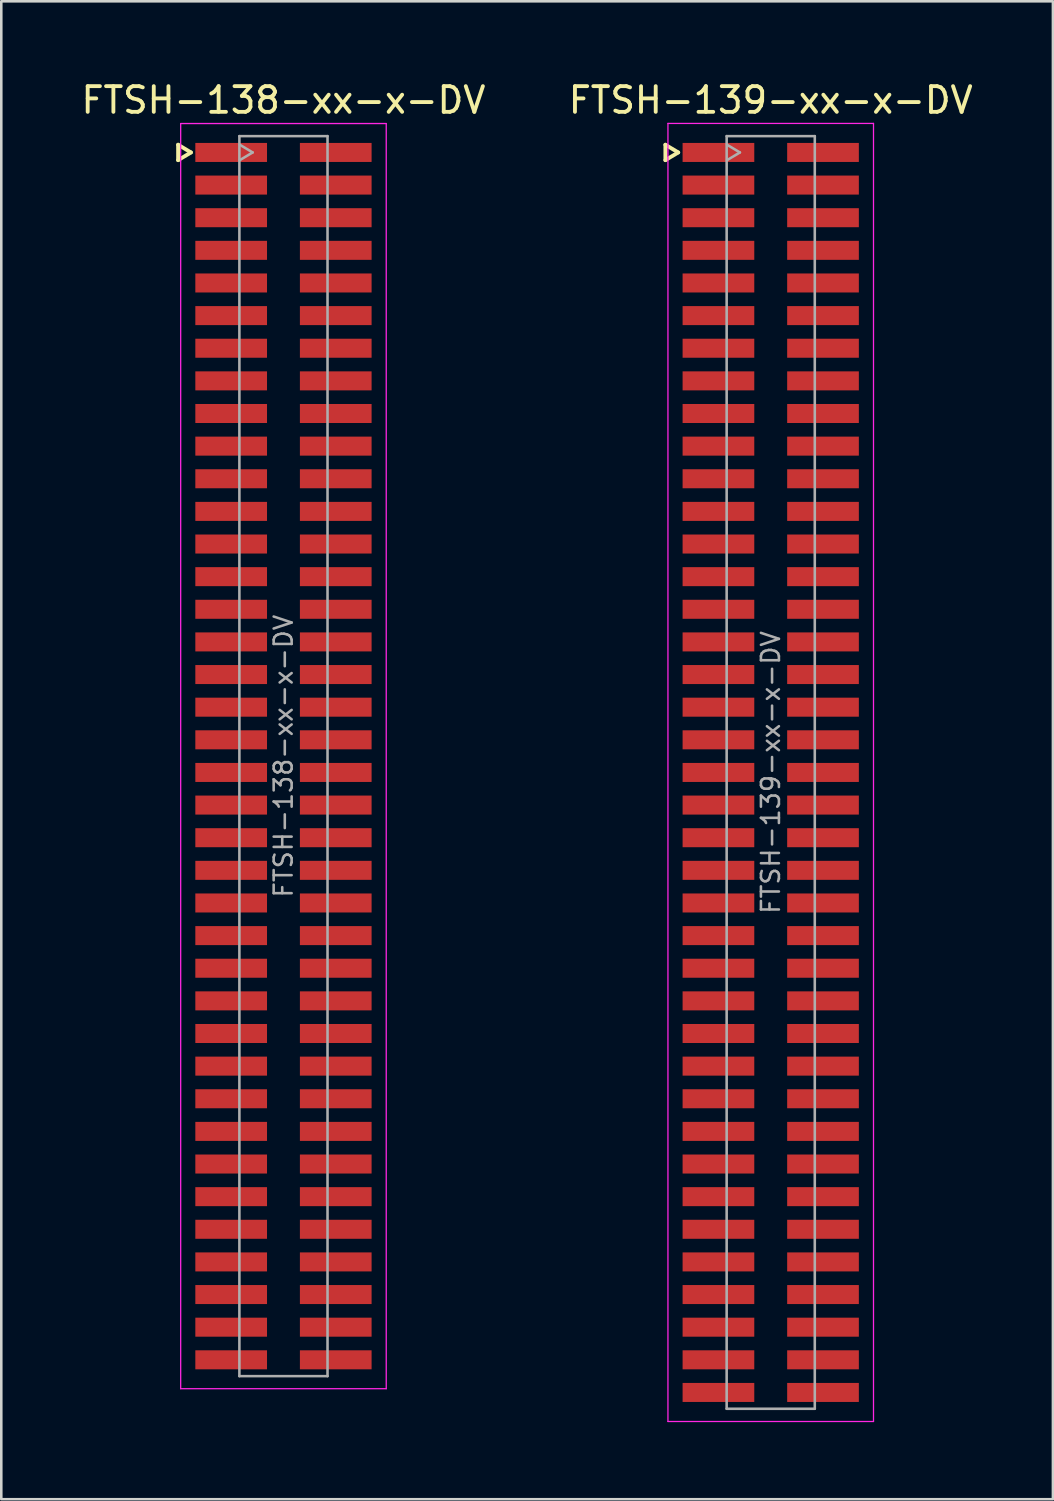
<source format=kicad_pcb>
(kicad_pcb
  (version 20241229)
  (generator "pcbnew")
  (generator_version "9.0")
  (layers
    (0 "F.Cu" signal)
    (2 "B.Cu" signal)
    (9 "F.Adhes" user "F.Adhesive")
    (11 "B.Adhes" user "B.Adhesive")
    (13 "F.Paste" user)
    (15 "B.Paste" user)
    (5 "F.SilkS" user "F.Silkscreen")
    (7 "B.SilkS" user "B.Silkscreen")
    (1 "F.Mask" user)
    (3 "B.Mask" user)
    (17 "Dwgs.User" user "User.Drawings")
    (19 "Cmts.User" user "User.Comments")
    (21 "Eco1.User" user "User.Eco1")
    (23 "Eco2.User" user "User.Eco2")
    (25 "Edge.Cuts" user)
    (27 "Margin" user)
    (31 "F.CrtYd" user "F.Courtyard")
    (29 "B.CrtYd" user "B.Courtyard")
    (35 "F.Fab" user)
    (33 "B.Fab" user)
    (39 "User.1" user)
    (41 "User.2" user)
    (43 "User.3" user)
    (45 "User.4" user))
  (footprint "FTSH-139-xx-x-DV"
    (layer "F.Cu")
    (at 26.946 27.013)
    (property "Reference" "FTSH-139-xx-x-DV" (at 0 -26.165 0) (layer "F.SilkS") (effects (font (size 1 1) (thickness 0.15))))
    (attr smd)
    (fp_line (start -4.1 -24.43) (end -4.1 -23.83) (stroke (width 0.15) (type solid)) (layer "F.SilkS"))
    (fp_line (start -4.1 -23.83) (end -3.6 -24.13) (stroke (width 0.15) (type solid)) (layer "F.SilkS"))
    (fp_line (start -3.6 -24.13) (end -4.1 -24.43) (stroke (width 0.15) (type solid)) (layer "F.SilkS"))
    (fp_line (start -4 -25.26) (end 4 -25.26) (stroke (width 0.05) (type solid)) (layer "F.CrtYd"))
    (fp_line (start -4 25.26) (end -4 -25.26) (stroke (width 0.05) (type solid)) (layer "F.CrtYd"))
    (fp_line (start 4 -25.26) (end 4 25.26) (stroke (width 0.05) (type solid)) (layer "F.CrtYd"))
    (fp_line (start 4 25.26) (end -4 25.26) (stroke (width 0.05) (type solid)) (layer "F.CrtYd"))
    (fp_line (start -1.715 -24.765) (end -1.715 24.765) (stroke (width 0.1) (type solid)) (layer "F.Fab"))
    (fp_line (start -1.715 -24.765) (end 1.715 -24.765) (stroke (width 0.1) (type solid)) (layer "F.Fab"))
    (fp_line (start -1.715 24.765) (end 1.715 24.765) (stroke (width 0.1) (type solid)) (layer "F.Fab"))
    (fp_line (start -1.7 -23.83) (end -1.2 -24.13) (stroke (width 0.1) (type solid)) (layer "F.Fab"))
    (fp_line (start -1.2 -24.13) (end -1.7 -24.43) (stroke (width 0.1) (type solid)) (layer "F.Fab"))
    (fp_line (start 1.715 -24.765) (end 1.715 24.765) (stroke (width 0.1) (type solid)) (layer "F.Fab"))
    (fp_text user "${REFERENCE}" (at 0 0 270) (layer "F.Fab") (effects (font (size 0.7 0.7) (thickness 0.1))))
    (pad "1" smd rect (at -2.035 -24.13) (size 2.79 0.74) (layers "F.Cu" "F.Mask" "F.Paste"))
    (pad "2" smd rect (at 2.035 -24.13) (size 2.79 0.74) (layers "F.Cu" "F.Mask" "F.Paste"))
    (pad "3" smd rect (at -2.035 -22.86) (size 2.79 0.74) (layers "F.Cu" "F.Mask" "F.Paste"))
    (pad "4" smd rect (at 2.035 -22.86) (size 2.79 0.74) (layers "F.Cu" "F.Mask" "F.Paste"))
    (pad "5" smd rect (at -2.035 -21.59) (size 2.79 0.74) (layers "F.Cu" "F.Mask" "F.Paste"))
    (pad "6" smd rect (at 2.035 -21.59) (size 2.79 0.74) (layers "F.Cu" "F.Mask" "F.Paste"))
    (pad "7" smd rect (at -2.035 -20.32) (size 2.79 0.74) (layers "F.Cu" "F.Mask" "F.Paste"))
    (pad "8" smd rect (at 2.035 -20.32) (size 2.79 0.74) (layers "F.Cu" "F.Mask" "F.Paste"))
    (pad "9" smd rect (at -2.035 -19.05) (size 2.79 0.74) (layers "F.Cu" "F.Mask" "F.Paste"))
    (pad "10" smd rect (at 2.035 -19.05) (size 2.79 0.74) (layers "F.Cu" "F.Mask" "F.Paste"))
    (pad "11" smd rect (at -2.035 -17.78) (size 2.79 0.74) (layers "F.Cu" "F.Mask" "F.Paste"))
    (pad "12" smd rect (at 2.035 -17.78) (size 2.79 0.74) (layers "F.Cu" "F.Mask" "F.Paste"))
    (pad "13" smd rect (at -2.035 -16.51) (size 2.79 0.74) (layers "F.Cu" "F.Mask" "F.Paste"))
    (pad "14" smd rect (at 2.035 -16.51) (size 2.79 0.74) (layers "F.Cu" "F.Mask" "F.Paste"))
    (pad "15" smd rect (at -2.035 -15.24) (size 2.79 0.74) (layers "F.Cu" "F.Mask" "F.Paste"))
    (pad "16" smd rect (at 2.035 -15.24) (size 2.79 0.74) (layers "F.Cu" "F.Mask" "F.Paste"))
    (pad "17" smd rect (at -2.035 -13.97) (size 2.79 0.74) (layers "F.Cu" "F.Mask" "F.Paste"))
    (pad "18" smd rect (at 2.035 -13.97) (size 2.79 0.74) (layers "F.Cu" "F.Mask" "F.Paste"))
    (pad "19" smd rect (at -2.035 -12.7) (size 2.79 0.74) (layers "F.Cu" "F.Mask" "F.Paste"))
    (pad "20" smd rect (at 2.035 -12.7) (size 2.79 0.74) (layers "F.Cu" "F.Mask" "F.Paste"))
    (pad "21" smd rect (at -2.035 -11.43) (size 2.79 0.74) (layers "F.Cu" "F.Mask" "F.Paste"))
    (pad "22" smd rect (at 2.035 -11.43) (size 2.79 0.74) (layers "F.Cu" "F.Mask" "F.Paste"))
    (pad "23" smd rect (at -2.035 -10.16) (size 2.79 0.74) (layers "F.Cu" "F.Mask" "F.Paste"))
    (pad "24" smd rect (at 2.035 -10.16) (size 2.79 0.74) (layers "F.Cu" "F.Mask" "F.Paste"))
    (pad "25" smd rect (at -2.035 -8.89) (size 2.79 0.74) (layers "F.Cu" "F.Mask" "F.Paste"))
    (pad "26" smd rect (at 2.035 -8.89) (size 2.79 0.74) (layers "F.Cu" "F.Mask" "F.Paste"))
    (pad "27" smd rect (at -2.035 -7.62) (size 2.79 0.74) (layers "F.Cu" "F.Mask" "F.Paste"))
    (pad "28" smd rect (at 2.035 -7.62) (size 2.79 0.74) (layers "F.Cu" "F.Mask" "F.Paste"))
    (pad "29" smd rect (at -2.035 -6.35) (size 2.79 0.74) (layers "F.Cu" "F.Mask" "F.Paste"))
    (pad "30" smd rect (at 2.035 -6.35) (size 2.79 0.74) (layers "F.Cu" "F.Mask" "F.Paste"))
    (pad "31" smd rect (at -2.035 -5.08) (size 2.79 0.74) (layers "F.Cu" "F.Mask" "F.Paste"))
    (pad "32" smd rect (at 2.035 -5.08) (size 2.79 0.74) (layers "F.Cu" "F.Mask" "F.Paste"))
    (pad "33" smd rect (at -2.035 -3.81) (size 2.79 0.74) (layers "F.Cu" "F.Mask" "F.Paste"))
    (pad "34" smd rect (at 2.035 -3.81) (size 2.79 0.74) (layers "F.Cu" "F.Mask" "F.Paste"))
    (pad "35" smd rect (at -2.035 -2.54) (size 2.79 0.74) (layers "F.Cu" "F.Mask" "F.Paste"))
    (pad "36" smd rect (at 2.035 -2.54) (size 2.79 0.74) (layers "F.Cu" "F.Mask" "F.Paste"))
    (pad "37" smd rect (at -2.035 -1.27) (size 2.79 0.74) (layers "F.Cu" "F.Mask" "F.Paste"))
    (pad "38" smd rect (at 2.035 -1.27) (size 2.79 0.74) (layers "F.Cu" "F.Mask" "F.Paste"))
    (pad "39" smd rect (at -2.035 0) (size 2.79 0.74) (layers "F.Cu" "F.Mask" "F.Paste"))
    (pad "40" smd rect (at 2.035 0) (size 2.79 0.74) (layers "F.Cu" "F.Mask" "F.Paste"))
    (pad "41" smd rect (at -2.035 1.27) (size 2.79 0.74) (layers "F.Cu" "F.Mask" "F.Paste"))
    (pad "42" smd rect (at 2.035 1.27) (size 2.79 0.74) (layers "F.Cu" "F.Mask" "F.Paste"))
    (pad "43" smd rect (at -2.035 2.54) (size 2.79 0.74) (layers "F.Cu" "F.Mask" "F.Paste"))
    (pad "44" smd rect (at 2.035 2.54) (size 2.79 0.74) (layers "F.Cu" "F.Mask" "F.Paste"))
    (pad "45" smd rect (at -2.035 3.81) (size 2.79 0.74) (layers "F.Cu" "F.Mask" "F.Paste"))
    (pad "46" smd rect (at 2.035 3.81) (size 2.79 0.74) (layers "F.Cu" "F.Mask" "F.Paste"))
    (pad "47" smd rect (at -2.035 5.08) (size 2.79 0.74) (layers "F.Cu" "F.Mask" "F.Paste"))
    (pad "48" smd rect (at 2.035 5.08) (size 2.79 0.74) (layers "F.Cu" "F.Mask" "F.Paste"))
    (pad "49" smd rect (at -2.035 6.35) (size 2.79 0.74) (layers "F.Cu" "F.Mask" "F.Paste"))
    (pad "50" smd rect (at 2.035 6.35) (size 2.79 0.74) (layers "F.Cu" "F.Mask" "F.Paste"))
    (pad "51" smd rect (at -2.035 7.62) (size 2.79 0.74) (layers "F.Cu" "F.Mask" "F.Paste"))
    (pad "52" smd rect (at 2.035 7.62) (size 2.79 0.74) (layers "F.Cu" "F.Mask" "F.Paste"))
    (pad "53" smd rect (at -2.035 8.89) (size 2.79 0.74) (layers "F.Cu" "F.Mask" "F.Paste"))
    (pad "54" smd rect (at 2.035 8.89) (size 2.79 0.74) (layers "F.Cu" "F.Mask" "F.Paste"))
    (pad "55" smd rect (at -2.035 10.16) (size 2.79 0.74) (layers "F.Cu" "F.Mask" "F.Paste"))
    (pad "56" smd rect (at 2.035 10.16) (size 2.79 0.74) (layers "F.Cu" "F.Mask" "F.Paste"))
    (pad "57" smd rect (at -2.035 11.43) (size 2.79 0.74) (layers "F.Cu" "F.Mask" "F.Paste"))
    (pad "58" smd rect (at 2.035 11.43) (size 2.79 0.74) (layers "F.Cu" "F.Mask" "F.Paste"))
    (pad "59" smd rect (at -2.035 12.7) (size 2.79 0.74) (layers "F.Cu" "F.Mask" "F.Paste"))
    (pad "60" smd rect (at 2.035 12.7) (size 2.79 0.74) (layers "F.Cu" "F.Mask" "F.Paste"))
    (pad "61" smd rect (at -2.035 13.97) (size 2.79 0.74) (layers "F.Cu" "F.Mask" "F.Paste"))
    (pad "62" smd rect (at 2.035 13.97) (size 2.79 0.74) (layers "F.Cu" "F.Mask" "F.Paste"))
    (pad "63" smd rect (at -2.035 15.24) (size 2.79 0.74) (layers "F.Cu" "F.Mask" "F.Paste"))
    (pad "64" smd rect (at 2.035 15.24) (size 2.79 0.74) (layers "F.Cu" "F.Mask" "F.Paste"))
    (pad "65" smd rect (at -2.035 16.51) (size 2.79 0.74) (layers "F.Cu" "F.Mask" "F.Paste"))
    (pad "66" smd rect (at 2.035 16.51) (size 2.79 0.74) (layers "F.Cu" "F.Mask" "F.Paste"))
    (pad "67" smd rect (at -2.035 17.78) (size 2.79 0.74) (layers "F.Cu" "F.Mask" "F.Paste"))
    (pad "68" smd rect (at 2.035 17.78) (size 2.79 0.74) (layers "F.Cu" "F.Mask" "F.Paste"))
    (pad "69" smd rect (at -2.035 19.05) (size 2.79 0.74) (layers "F.Cu" "F.Mask" "F.Paste"))
    (pad "70" smd rect (at 2.035 19.05) (size 2.79 0.74) (layers "F.Cu" "F.Mask" "F.Paste"))
    (pad "71" smd rect (at -2.035 20.32) (size 2.79 0.74) (layers "F.Cu" "F.Mask" "F.Paste"))
    (pad "72" smd rect (at 2.035 20.32) (size 2.79 0.74) (layers "F.Cu" "F.Mask" "F.Paste"))
    (pad "73" smd rect (at -2.035 21.59) (size 2.79 0.74) (layers "F.Cu" "F.Mask" "F.Paste"))
    (pad "74" smd rect (at 2.035 21.59) (size 2.79 0.74) (layers "F.Cu" "F.Mask" "F.Paste"))
    (pad "75" smd rect (at -2.035 22.86) (size 2.79 0.74) (layers "F.Cu" "F.Mask" "F.Paste"))
    (pad "76" smd rect (at 2.035 22.86) (size 2.79 0.74) (layers "F.Cu" "F.Mask" "F.Paste"))
    (pad "77" smd rect (at -2.035 24.13) (size 2.79 0.74) (layers "F.Cu" "F.Mask" "F.Paste"))
    (pad "78" smd rect (at 2.035 24.13) (size 2.79 0.74) (layers "F.Cu" "F.Mask" "F.Paste")))
  (footprint "FTSH-138-xx-x-DV"
    (layer "F.Cu")
    (at 7.982 26.378)
    (property "Reference" "FTSH-138-xx-x-DV" (at 0 -25.53 0) (layer "F.SilkS") (effects (font (size 1 1) (thickness 0.15))))
    (attr smd)
    (fp_line (start -4.1 -23.795) (end -4.1 -23.195) (stroke (width 0.15) (type solid)) (layer "F.SilkS"))
    (fp_line (start -4.1 -23.195) (end -3.6 -23.495) (stroke (width 0.15) (type solid)) (layer "F.SilkS"))
    (fp_line (start -3.6 -23.495) (end -4.1 -23.795) (stroke (width 0.15) (type solid)) (layer "F.SilkS"))
    (fp_line (start -4 -24.62) (end 4 -24.62) (stroke (width 0.05) (type solid)) (layer "F.CrtYd"))
    (fp_line (start -4 24.62) (end -4 -24.62) (stroke (width 0.05) (type solid)) (layer "F.CrtYd"))
    (fp_line (start 4 -24.62) (end 4 24.62) (stroke (width 0.05) (type solid)) (layer "F.CrtYd"))
    (fp_line (start 4 24.62) (end -4 24.62) (stroke (width 0.05) (type solid)) (layer "F.CrtYd"))
    (fp_line (start -1.715 -24.13) (end -1.715 24.13) (stroke (width 0.1) (type solid)) (layer "F.Fab"))
    (fp_line (start -1.715 -24.13) (end 1.715 -24.13) (stroke (width 0.1) (type solid)) (layer "F.Fab"))
    (fp_line (start -1.715 24.13) (end 1.715 24.13) (stroke (width 0.1) (type solid)) (layer "F.Fab"))
    (fp_line (start -1.7 -23.195) (end -1.2 -23.495) (stroke (width 0.1) (type solid)) (layer "F.Fab"))
    (fp_line (start -1.2 -23.495) (end -1.7 -23.795) (stroke (width 0.1) (type solid)) (layer "F.Fab"))
    (fp_line (start 1.715 -24.13) (end 1.715 24.13) (stroke (width 0.1) (type solid)) (layer "F.Fab"))
    (fp_text user "${REFERENCE}" (at 0 0 270) (layer "F.Fab") (effects (font (size 0.7 0.7) (thickness 0.1))))
    (pad "1" smd rect (at -2.035 -23.495) (size 2.79 0.74) (layers "F.Cu" "F.Mask" "F.Paste"))
    (pad "2" smd rect (at 2.035 -23.495) (size 2.79 0.74) (layers "F.Cu" "F.Mask" "F.Paste"))
    (pad "3" smd rect (at -2.035 -22.225) (size 2.79 0.74) (layers "F.Cu" "F.Mask" "F.Paste"))
    (pad "4" smd rect (at 2.035 -22.225) (size 2.79 0.74) (layers "F.Cu" "F.Mask" "F.Paste"))
    (pad "5" smd rect (at -2.035 -20.955) (size 2.79 0.74) (layers "F.Cu" "F.Mask" "F.Paste"))
    (pad "6" smd rect (at 2.035 -20.955) (size 2.79 0.74) (layers "F.Cu" "F.Mask" "F.Paste"))
    (pad "7" smd rect (at -2.035 -19.685) (size 2.79 0.74) (layers "F.Cu" "F.Mask" "F.Paste"))
    (pad "8" smd rect (at 2.035 -19.685) (size 2.79 0.74) (layers "F.Cu" "F.Mask" "F.Paste"))
    (pad "9" smd rect (at -2.035 -18.415) (size 2.79 0.74) (layers "F.Cu" "F.Mask" "F.Paste"))
    (pad "10" smd rect (at 2.035 -18.415) (size 2.79 0.74) (layers "F.Cu" "F.Mask" "F.Paste"))
    (pad "11" smd rect (at -2.035 -17.145) (size 2.79 0.74) (layers "F.Cu" "F.Mask" "F.Paste"))
    (pad "12" smd rect (at 2.035 -17.145) (size 2.79 0.74) (layers "F.Cu" "F.Mask" "F.Paste"))
    (pad "13" smd rect (at -2.035 -15.875) (size 2.79 0.74) (layers "F.Cu" "F.Mask" "F.Paste"))
    (pad "14" smd rect (at 2.035 -15.875) (size 2.79 0.74) (layers "F.Cu" "F.Mask" "F.Paste"))
    (pad "15" smd rect (at -2.035 -14.605) (size 2.79 0.74) (layers "F.Cu" "F.Mask" "F.Paste"))
    (pad "16" smd rect (at 2.035 -14.605) (size 2.79 0.74) (layers "F.Cu" "F.Mask" "F.Paste"))
    (pad "17" smd rect (at -2.035 -13.335) (size 2.79 0.74) (layers "F.Cu" "F.Mask" "F.Paste"))
    (pad "18" smd rect (at 2.035 -13.335) (size 2.79 0.74) (layers "F.Cu" "F.Mask" "F.Paste"))
    (pad "19" smd rect (at -2.035 -12.065) (size 2.79 0.74) (layers "F.Cu" "F.Mask" "F.Paste"))
    (pad "20" smd rect (at 2.035 -12.065) (size 2.79 0.74) (layers "F.Cu" "F.Mask" "F.Paste"))
    (pad "21" smd rect (at -2.035 -10.795) (size 2.79 0.74) (layers "F.Cu" "F.Mask" "F.Paste"))
    (pad "22" smd rect (at 2.035 -10.795) (size 2.79 0.74) (layers "F.Cu" "F.Mask" "F.Paste"))
    (pad "23" smd rect (at -2.035 -9.525) (size 2.79 0.74) (layers "F.Cu" "F.Mask" "F.Paste"))
    (pad "24" smd rect (at 2.035 -9.525) (size 2.79 0.74) (layers "F.Cu" "F.Mask" "F.Paste"))
    (pad "25" smd rect (at -2.035 -8.255) (size 2.79 0.74) (layers "F.Cu" "F.Mask" "F.Paste"))
    (pad "26" smd rect (at 2.035 -8.255) (size 2.79 0.74) (layers "F.Cu" "F.Mask" "F.Paste"))
    (pad "27" smd rect (at -2.035 -6.985) (size 2.79 0.74) (layers "F.Cu" "F.Mask" "F.Paste"))
    (pad "28" smd rect (at 2.035 -6.985) (size 2.79 0.74) (layers "F.Cu" "F.Mask" "F.Paste"))
    (pad "29" smd rect (at -2.035 -5.715) (size 2.79 0.74) (layers "F.Cu" "F.Mask" "F.Paste"))
    (pad "30" smd rect (at 2.035 -5.715) (size 2.79 0.74) (layers "F.Cu" "F.Mask" "F.Paste"))
    (pad "31" smd rect (at -2.035 -4.445) (size 2.79 0.74) (layers "F.Cu" "F.Mask" "F.Paste"))
    (pad "32" smd rect (at 2.035 -4.445) (size 2.79 0.74) (layers "F.Cu" "F.Mask" "F.Paste"))
    (pad "33" smd rect (at -2.035 -3.175) (size 2.79 0.74) (layers "F.Cu" "F.Mask" "F.Paste"))
    (pad "34" smd rect (at 2.035 -3.175) (size 2.79 0.74) (layers "F.Cu" "F.Mask" "F.Paste"))
    (pad "35" smd rect (at -2.035 -1.905) (size 2.79 0.74) (layers "F.Cu" "F.Mask" "F.Paste"))
    (pad "36" smd rect (at 2.035 -1.905) (size 2.79 0.74) (layers "F.Cu" "F.Mask" "F.Paste"))
    (pad "37" smd rect (at -2.035 -0.635) (size 2.79 0.74) (layers "F.Cu" "F.Mask" "F.Paste"))
    (pad "38" smd rect (at 2.035 -0.635) (size 2.79 0.74) (layers "F.Cu" "F.Mask" "F.Paste"))
    (pad "39" smd rect (at -2.035 0.635) (size 2.79 0.74) (layers "F.Cu" "F.Mask" "F.Paste"))
    (pad "40" smd rect (at 2.035 0.635) (size 2.79 0.74) (layers "F.Cu" "F.Mask" "F.Paste"))
    (pad "41" smd rect (at -2.035 1.905) (size 2.79 0.74) (layers "F.Cu" "F.Mask" "F.Paste"))
    (pad "42" smd rect (at 2.035 1.905) (size 2.79 0.74) (layers "F.Cu" "F.Mask" "F.Paste"))
    (pad "43" smd rect (at -2.035 3.175) (size 2.79 0.74) (layers "F.Cu" "F.Mask" "F.Paste"))
    (pad "44" smd rect (at 2.035 3.175) (size 2.79 0.74) (layers "F.Cu" "F.Mask" "F.Paste"))
    (pad "45" smd rect (at -2.035 4.445) (size 2.79 0.74) (layers "F.Cu" "F.Mask" "F.Paste"))
    (pad "46" smd rect (at 2.035 4.445) (size 2.79 0.74) (layers "F.Cu" "F.Mask" "F.Paste"))
    (pad "47" smd rect (at -2.035 5.715) (size 2.79 0.74) (layers "F.Cu" "F.Mask" "F.Paste"))
    (pad "48" smd rect (at 2.035 5.715) (size 2.79 0.74) (layers "F.Cu" "F.Mask" "F.Paste"))
    (pad "49" smd rect (at -2.035 6.985) (size 2.79 0.74) (layers "F.Cu" "F.Mask" "F.Paste"))
    (pad "50" smd rect (at 2.035 6.985) (size 2.79 0.74) (layers "F.Cu" "F.Mask" "F.Paste"))
    (pad "51" smd rect (at -2.035 8.255) (size 2.79 0.74) (layers "F.Cu" "F.Mask" "F.Paste"))
    (pad "52" smd rect (at 2.035 8.255) (size 2.79 0.74) (layers "F.Cu" "F.Mask" "F.Paste"))
    (pad "53" smd rect (at -2.035 9.525) (size 2.79 0.74) (layers "F.Cu" "F.Mask" "F.Paste"))
    (pad "54" smd rect (at 2.035 9.525) (size 2.79 0.74) (layers "F.Cu" "F.Mask" "F.Paste"))
    (pad "55" smd rect (at -2.035 10.795) (size 2.79 0.74) (layers "F.Cu" "F.Mask" "F.Paste"))
    (pad "56" smd rect (at 2.035 10.795) (size 2.79 0.74) (layers "F.Cu" "F.Mask" "F.Paste"))
    (pad "57" smd rect (at -2.035 12.065) (size 2.79 0.74) (layers "F.Cu" "F.Mask" "F.Paste"))
    (pad "58" smd rect (at 2.035 12.065) (size 2.79 0.74) (layers "F.Cu" "F.Mask" "F.Paste"))
    (pad "59" smd rect (at -2.035 13.335) (size 2.79 0.74) (layers "F.Cu" "F.Mask" "F.Paste"))
    (pad "60" smd rect (at 2.035 13.335) (size 2.79 0.74) (layers "F.Cu" "F.Mask" "F.Paste"))
    (pad "61" smd rect (at -2.035 14.605) (size 2.79 0.74) (layers "F.Cu" "F.Mask" "F.Paste"))
    (pad "62" smd rect (at 2.035 14.605) (size 2.79 0.74) (layers "F.Cu" "F.Mask" "F.Paste"))
    (pad "63" smd rect (at -2.035 15.875) (size 2.79 0.74) (layers "F.Cu" "F.Mask" "F.Paste"))
    (pad "64" smd rect (at 2.035 15.875) (size 2.79 0.74) (layers "F.Cu" "F.Mask" "F.Paste"))
    (pad "65" smd rect (at -2.035 17.145) (size 2.79 0.74) (layers "F.Cu" "F.Mask" "F.Paste"))
    (pad "66" smd rect (at 2.035 17.145) (size 2.79 0.74) (layers "F.Cu" "F.Mask" "F.Paste"))
    (pad "67" smd rect (at -2.035 18.415) (size 2.79 0.74) (layers "F.Cu" "F.Mask" "F.Paste"))
    (pad "68" smd rect (at 2.035 18.415) (size 2.79 0.74) (layers "F.Cu" "F.Mask" "F.Paste"))
    (pad "69" smd rect (at -2.035 19.685) (size 2.79 0.74) (layers "F.Cu" "F.Mask" "F.Paste"))
    (pad "70" smd rect (at 2.035 19.685) (size 2.79 0.74) (layers "F.Cu" "F.Mask" "F.Paste"))
    (pad "71" smd rect (at -2.035 20.955) (size 2.79 0.74) (layers "F.Cu" "F.Mask" "F.Paste"))
    (pad "72" smd rect (at 2.035 20.955) (size 2.79 0.74) (layers "F.Cu" "F.Mask" "F.Paste"))
    (pad "73" smd rect (at -2.035 22.225) (size 2.79 0.74) (layers "F.Cu" "F.Mask" "F.Paste"))
    (pad "74" smd rect (at 2.035 22.225) (size 2.79 0.74) (layers "F.Cu" "F.Mask" "F.Paste"))
    (pad "75" smd rect (at -2.035 23.495) (size 2.79 0.74) (layers "F.Cu" "F.Mask" "F.Paste"))
    (pad "76" smd rect (at 2.035 23.495) (size 2.79 0.74) (layers "F.Cu" "F.Mask" "F.Paste")))
  (gr_rect
    (start -3 -3)
    (end 37.929 55.298)
    (stroke (width 0.1) (type default))
    (fill no)
    (layer "Edge.Cuts")))
</source>
